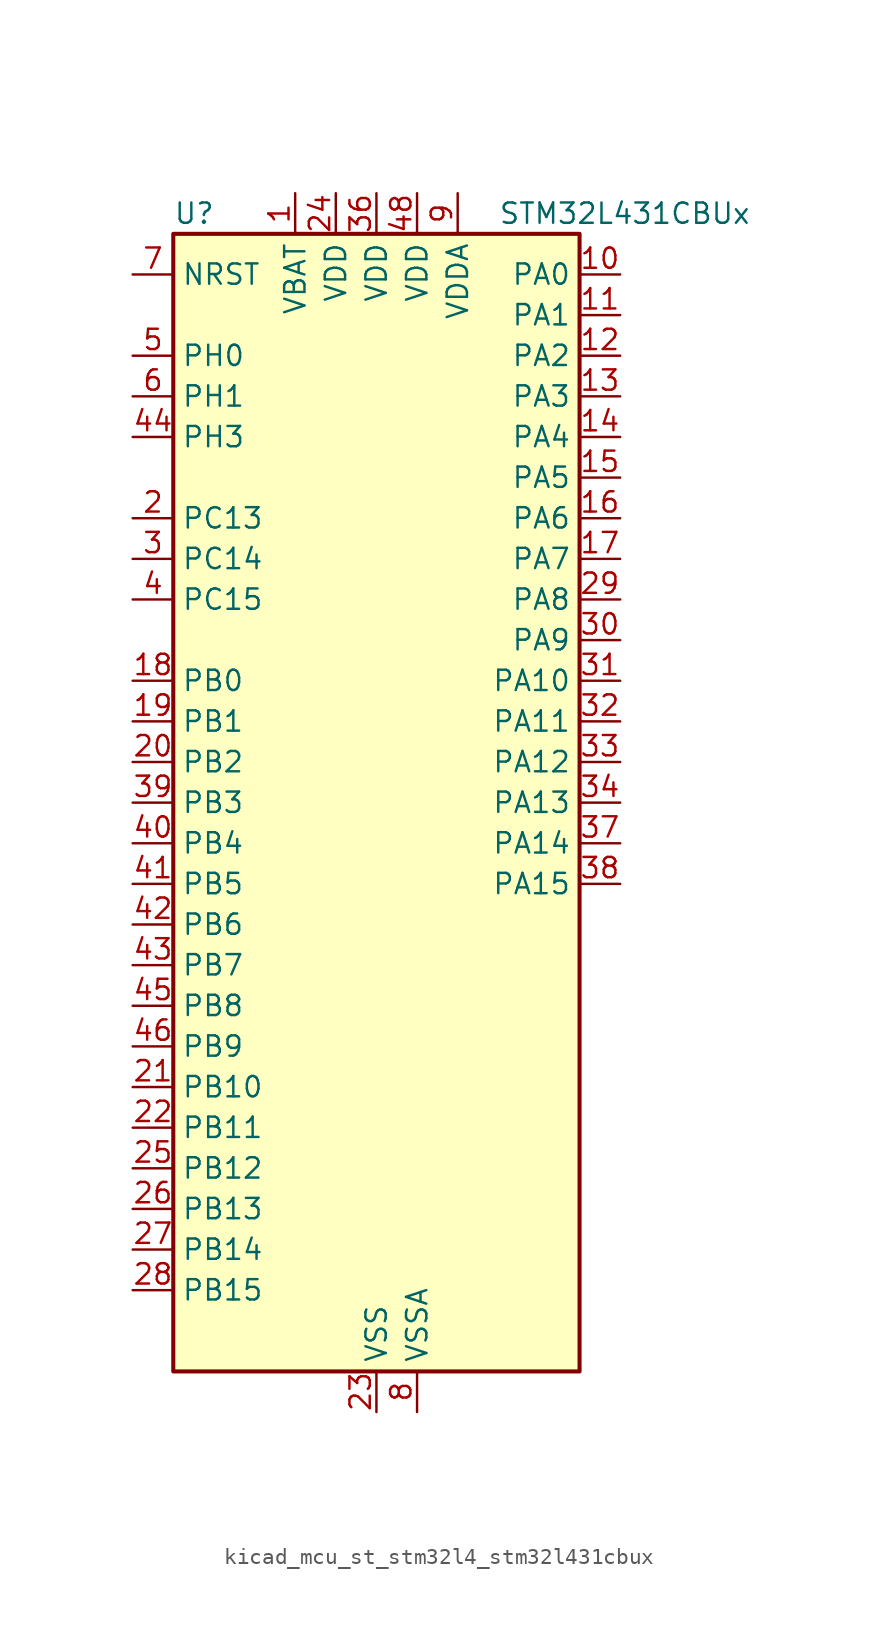
<source format=kicad_sym>
(kicad_symbol_lib
  (version 20220914)
  (generator kicad_symbol_editor)
  (symbol "kicad_mcu_st_stm32l4_stm32l431cbux"
    (property "Reference" "U"
      (at -12.7 36.83 0)
      (effects (font (size 1.27 1.27)) (justify left)))
    (property "Value" "STM32L431CBUx"
      (at 7.62 36.83 0)
      (effects (font (size 1.27 1.27)) (justify left)))
    (property "ki_locked" ""
      (at 0 0 0)
      (effects (font (size 1.27 1.27))))
    (symbol "kicad_mcu_st_stm32l4_stm32l431cbux_0_1"
      (rectangle (start -12.7 -35.56) (end 12.7 35.56) (stroke (width 0.254) (type default)) (fill (type background))))
    (symbol "kicad_mcu_st_stm32l4_stm32l431cbux_1_1"
      (pin power_in line (at -5.08 38.1 270) (length 2.54) (name "VBAT" (effects (font (size 1.27 1.27)))) (number "1" (effects (font (size 1.27 1.27)))))
      (pin bidirectional line (at 15.24 33.02 180) (length 2.54) (name "PA0" (effects (font (size 1.27 1.27)))) (number "10" (effects (font (size 1.27 1.27)))) (alternate "ADC1_IN5" bidirectional line) (alternate "COMP1_INM" bidirectional line) (alternate "COMP1_OUT" bidirectional line) (alternate "OPAMP1_VINP" bidirectional line) (alternate "RTC_TAMP2" bidirectional line) (alternate "SAI1_EXTCLK" bidirectional line) (alternate "SYS_WKUP1" bidirectional line) (alternate "TIM2_CH1" bidirectional line) (alternate "TIM2_ETR" bidirectional line) (alternate "USART2_CTS" bidirectional line))
      (pin bidirectional line (at 15.24 30.48 180) (length 2.54) (name "PA1" (effects (font (size 1.27 1.27)))) (number "11" (effects (font (size 1.27 1.27)))) (alternate "ADC1_IN6" bidirectional line) (alternate "COMP1_INP" bidirectional line) (alternate "I2C1_SMBA" bidirectional line) (alternate "OPAMP1_VINM" bidirectional line) (alternate "SPI1_SCK" bidirectional line) (alternate "TIM15_CH1N" bidirectional line) (alternate "TIM2_CH2" bidirectional line) (alternate "USART2_DE" bidirectional line) (alternate "USART2_RTS" bidirectional line))
      (pin bidirectional line (at 15.24 27.94 180) (length 2.54) (name "PA2" (effects (font (size 1.27 1.27)))) (number "12" (effects (font (size 1.27 1.27)))) (alternate "ADC1_IN7" bidirectional line) (alternate "COMP2_INM" bidirectional line) (alternate "COMP2_OUT" bidirectional line) (alternate "LPUART1_TX" bidirectional line) (alternate "QUADSPI_BK1_NCS" bidirectional line) (alternate "RCC_LSCO" bidirectional line) (alternate "SYS_WKUP4" bidirectional line) (alternate "TIM15_CH1" bidirectional line) (alternate "TIM2_CH3" bidirectional line) (alternate "USART2_TX" bidirectional line))
      (pin bidirectional line (at 15.24 25.4 180) (length 2.54) (name "PA3" (effects (font (size 1.27 1.27)))) (number "13" (effects (font (size 1.27 1.27)))) (alternate "ADC1_IN8" bidirectional line) (alternate "COMP2_INP" bidirectional line) (alternate "LPUART1_RX" bidirectional line) (alternate "OPAMP1_VOUT" bidirectional line) (alternate "QUADSPI_CLK" bidirectional line) (alternate "SAI1_MCLK_A" bidirectional line) (alternate "TIM15_CH2" bidirectional line) (alternate "TIM2_CH4" bidirectional line) (alternate "USART2_RX" bidirectional line))
      (pin bidirectional line (at 15.24 22.86 180) (length 2.54) (name "PA4" (effects (font (size 1.27 1.27)))) (number "14" (effects (font (size 1.27 1.27)))) (alternate "ADC1_IN9" bidirectional line) (alternate "COMP1_INM" bidirectional line) (alternate "COMP2_INM" bidirectional line) (alternate "DAC1_OUT1" bidirectional line) (alternate "LPTIM2_OUT" bidirectional line) (alternate "SAI1_FS_B" bidirectional line) (alternate "SPI1_NSS" bidirectional line) (alternate "SPI3_NSS" bidirectional line) (alternate "USART2_CK" bidirectional line))
      (pin bidirectional line (at 15.24 20.32 180) (length 2.54) (name "PA5" (effects (font (size 1.27 1.27)))) (number "15" (effects (font (size 1.27 1.27)))) (alternate "ADC1_IN10" bidirectional line) (alternate "COMP1_INM" bidirectional line) (alternate "COMP2_INM" bidirectional line) (alternate "DAC1_OUT2" bidirectional line) (alternate "LPTIM2_ETR" bidirectional line) (alternate "SPI1_SCK" bidirectional line) (alternate "TIM2_CH1" bidirectional line) (alternate "TIM2_ETR" bidirectional line))
      (pin bidirectional line (at 15.24 17.78 180) (length 2.54) (name "PA6" (effects (font (size 1.27 1.27)))) (number "16" (effects (font (size 1.27 1.27)))) (alternate "ADC1_IN11" bidirectional line) (alternate "COMP1_OUT" bidirectional line) (alternate "LPUART1_CTS" bidirectional line) (alternate "QUADSPI_BK1_IO3" bidirectional line) (alternate "SPI1_MISO" bidirectional line) (alternate "TIM16_CH1" bidirectional line) (alternate "TIM1_BKIN" bidirectional line) (alternate "TIM1_BKIN_COMP2" bidirectional line) (alternate "USART3_CTS" bidirectional line))
      (pin bidirectional line (at 15.24 15.24 180) (length 2.54) (name "PA7" (effects (font (size 1.27 1.27)))) (number "17" (effects (font (size 1.27 1.27)))) (alternate "ADC1_IN12" bidirectional line) (alternate "COMP2_OUT" bidirectional line) (alternate "I2C3_SCL" bidirectional line) (alternate "QUADSPI_BK1_IO2" bidirectional line) (alternate "SPI1_MOSI" bidirectional line) (alternate "TIM1_CH1N" bidirectional line))
      (pin bidirectional line (at -15.24 7.62 0) (length 2.54) (name "PB0" (effects (font (size 1.27 1.27)))) (number "18" (effects (font (size 1.27 1.27)))) (alternate "ADC1_IN15" bidirectional line) (alternate "COMP1_OUT" bidirectional line) (alternate "QUADSPI_BK1_IO1" bidirectional line) (alternate "SAI1_EXTCLK" bidirectional line) (alternate "SPI1_NSS" bidirectional line) (alternate "TIM1_CH2N" bidirectional line) (alternate "USART3_CK" bidirectional line))
      (pin bidirectional line (at -15.24 5.08 0) (length 2.54) (name "PB1" (effects (font (size 1.27 1.27)))) (number "19" (effects (font (size 1.27 1.27)))) (alternate "ADC1_IN16" bidirectional line) (alternate "COMP1_INM" bidirectional line) (alternate "LPTIM2_IN1" bidirectional line) (alternate "LPUART1_DE" bidirectional line) (alternate "LPUART1_RTS" bidirectional line) (alternate "QUADSPI_BK1_IO0" bidirectional line) (alternate "TIM1_CH3N" bidirectional line) (alternate "USART3_DE" bidirectional line) (alternate "USART3_RTS" bidirectional line))
      (pin bidirectional line (at -15.24 17.78 0) (length 2.54) (name "PC13" (effects (font (size 1.27 1.27)))) (number "2" (effects (font (size 1.27 1.27)))) (alternate "RTC_OUT_ALARM" bidirectional line) (alternate "RTC_OUT_CALIB" bidirectional line) (alternate "RTC_TAMP1" bidirectional line) (alternate "RTC_TS" bidirectional line) (alternate "SYS_WKUP2" bidirectional line))
      (pin bidirectional line (at -15.24 2.54 0) (length 2.54) (name "PB2" (effects (font (size 1.27 1.27)))) (number "20" (effects (font (size 1.27 1.27)))) (alternate "COMP1_INP" bidirectional line) (alternate "I2C3_SMBA" bidirectional line) (alternate "LPTIM1_OUT" bidirectional line) (alternate "RTC_OUT_ALARM" bidirectional line) (alternate "RTC_OUT_CALIB" bidirectional line))
      (pin bidirectional line (at -15.24 -17.78 0) (length 2.54) (name "PB10" (effects (font (size 1.27 1.27)))) (number "21" (effects (font (size 1.27 1.27)))) (alternate "COMP1_OUT" bidirectional line) (alternate "I2C2_SCL" bidirectional line) (alternate "LPUART1_RX" bidirectional line) (alternate "QUADSPI_CLK" bidirectional line) (alternate "SAI1_SCK_A" bidirectional line) (alternate "SPI2_SCK" bidirectional line) (alternate "TIM2_CH3" bidirectional line) (alternate "TSC_SYNC" bidirectional line) (alternate "USART3_TX" bidirectional line))
      (pin bidirectional line (at -15.24 -20.32 0) (length 2.54) (name "PB11" (effects (font (size 1.27 1.27)))) (number "22" (effects (font (size 1.27 1.27)))) (alternate "ADC1_EXTI11" bidirectional line) (alternate "COMP2_OUT" bidirectional line) (alternate "I2C2_SDA" bidirectional line) (alternate "LPUART1_TX" bidirectional line) (alternate "QUADSPI_BK1_NCS" bidirectional line) (alternate "TIM2_CH4" bidirectional line) (alternate "USART3_RX" bidirectional line))
      (pin power_in line (at 0 -38.1 90) (length 2.54) (name "VSS" (effects (font (size 1.27 1.27)))) (number "23" (effects (font (size 1.27 1.27)))))
      (pin power_in line (at -2.54 38.1 270) (length 2.54) (name "VDD" (effects (font (size 1.27 1.27)))) (number "24" (effects (font (size 1.27 1.27)))))
      (pin bidirectional line (at -15.24 -22.86 0) (length 2.54) (name "PB12" (effects (font (size 1.27 1.27)))) (number "25" (effects (font (size 1.27 1.27)))) (alternate "I2C2_SMBA" bidirectional line) (alternate "LPUART1_DE" bidirectional line) (alternate "LPUART1_RTS" bidirectional line) (alternate "SAI1_FS_A" bidirectional line) (alternate "SPI2_NSS" bidirectional line) (alternate "SWPMI1_IO" bidirectional line) (alternate "TIM15_BKIN" bidirectional line) (alternate "TIM1_BKIN" bidirectional line) (alternate "TIM1_BKIN_COMP2" bidirectional line) (alternate "TSC_G1_IO1" bidirectional line) (alternate "USART3_CK" bidirectional line))
      (pin bidirectional line (at -15.24 -25.4 0) (length 2.54) (name "PB13" (effects (font (size 1.27 1.27)))) (number "26" (effects (font (size 1.27 1.27)))) (alternate "I2C2_SCL" bidirectional line) (alternate "LPUART1_CTS" bidirectional line) (alternate "SAI1_SCK_A" bidirectional line) (alternate "SPI2_SCK" bidirectional line) (alternate "SWPMI1_TX" bidirectional line) (alternate "TIM15_CH1N" bidirectional line) (alternate "TIM1_CH1N" bidirectional line) (alternate "TSC_G1_IO2" bidirectional line) (alternate "USART3_CTS" bidirectional line))
      (pin bidirectional line (at -15.24 -27.94 0) (length 2.54) (name "PB14" (effects (font (size 1.27 1.27)))) (number "27" (effects (font (size 1.27 1.27)))) (alternate "I2C2_SDA" bidirectional line) (alternate "SAI1_MCLK_A" bidirectional line) (alternate "SPI2_MISO" bidirectional line) (alternate "SWPMI1_RX" bidirectional line) (alternate "TIM15_CH1" bidirectional line) (alternate "TIM1_CH2N" bidirectional line) (alternate "TSC_G1_IO3" bidirectional line) (alternate "USART3_DE" bidirectional line) (alternate "USART3_RTS" bidirectional line))
      (pin bidirectional line (at -15.24 -30.48 0) (length 2.54) (name "PB15" (effects (font (size 1.27 1.27)))) (number "28" (effects (font (size 1.27 1.27)))) (alternate "ADC1_EXTI15" bidirectional line) (alternate "RTC_REFIN" bidirectional line) (alternate "SAI1_SD_A" bidirectional line) (alternate "SPI2_MOSI" bidirectional line) (alternate "SWPMI1_SUSPEND" bidirectional line) (alternate "TIM15_CH2" bidirectional line) (alternate "TIM1_CH3N" bidirectional line) (alternate "TSC_G1_IO4" bidirectional line))
      (pin bidirectional line (at 15.24 12.7 180) (length 2.54) (name "PA8" (effects (font (size 1.27 1.27)))) (number "29" (effects (font (size 1.27 1.27)))) (alternate "LPTIM2_OUT" bidirectional line) (alternate "RCC_MCO" bidirectional line) (alternate "SAI1_SCK_A" bidirectional line) (alternate "SWPMI1_IO" bidirectional line) (alternate "TIM1_CH1" bidirectional line) (alternate "USART1_CK" bidirectional line))
      (pin bidirectional line (at -15.24 15.24 0) (length 2.54) (name "PC14" (effects (font (size 1.27 1.27)))) (number "3" (effects (font (size 1.27 1.27)))) (alternate "RCC_OSC32_IN" bidirectional line))
      (pin bidirectional line (at 15.24 10.16 180) (length 2.54) (name "PA9" (effects (font (size 1.27 1.27)))) (number "30" (effects (font (size 1.27 1.27)))) (alternate "DAC1_EXTI9" bidirectional line) (alternate "I2C1_SCL" bidirectional line) (alternate "SAI1_FS_A" bidirectional line) (alternate "TIM15_BKIN" bidirectional line) (alternate "TIM1_CH2" bidirectional line) (alternate "USART1_TX" bidirectional line))
      (pin bidirectional line (at 15.24 7.62 180) (length 2.54) (name "PA10" (effects (font (size 1.27 1.27)))) (number "31" (effects (font (size 1.27 1.27)))) (alternate "I2C1_SDA" bidirectional line) (alternate "SAI1_SD_A" bidirectional line) (alternate "TIM1_CH3" bidirectional line) (alternate "USART1_RX" bidirectional line))
      (pin bidirectional line (at 15.24 5.08 180) (length 2.54) (name "PA11" (effects (font (size 1.27 1.27)))) (number "32" (effects (font (size 1.27 1.27)))) (alternate "ADC1_EXTI11" bidirectional line) (alternate "CAN1_RX" bidirectional line) (alternate "COMP1_OUT" bidirectional line) (alternate "SPI1_MISO" bidirectional line) (alternate "TIM1_BKIN2" bidirectional line) (alternate "TIM1_BKIN2_COMP1" bidirectional line) (alternate "TIM1_CH4" bidirectional line) (alternate "USART1_CTS" bidirectional line))
      (pin bidirectional line (at 15.24 2.54 180) (length 2.54) (name "PA12" (effects (font (size 1.27 1.27)))) (number "33" (effects (font (size 1.27 1.27)))) (alternate "CAN1_TX" bidirectional line) (alternate "SPI1_MOSI" bidirectional line) (alternate "TIM1_ETR" bidirectional line) (alternate "USART1_DE" bidirectional line) (alternate "USART1_RTS" bidirectional line))
      (pin bidirectional line (at 15.24 0 180) (length 2.54) (name "PA13" (effects (font (size 1.27 1.27)))) (number "34" (effects (font (size 1.27 1.27)))) (alternate "IR_OUT" bidirectional line) (alternate "SAI1_SD_B" bidirectional line) (alternate "SWPMI1_TX" bidirectional line) (alternate "SYS_JTMS-SWDIO" bidirectional line))
      (pin passive line (at 0 -38.1 90) (length 2.54) hide (name "VSS" (effects (font (size 1.27 1.27)))) (number "35" (effects (font (size 1.27 1.27)))))
      (pin power_in line (at 0 38.1 270) (length 2.54) (name "VDD" (effects (font (size 1.27 1.27)))) (number "36" (effects (font (size 1.27 1.27)))))
      (pin bidirectional line (at 15.24 -2.54 180) (length 2.54) (name "PA14" (effects (font (size 1.27 1.27)))) (number "37" (effects (font (size 1.27 1.27)))) (alternate "I2C1_SMBA" bidirectional line) (alternate "LPTIM1_OUT" bidirectional line) (alternate "SAI1_FS_B" bidirectional line) (alternate "SWPMI1_RX" bidirectional line) (alternate "SYS_JTCK-SWCLK" bidirectional line))
      (pin bidirectional line (at 15.24 -5.08 180) (length 2.54) (name "PA15" (effects (font (size 1.27 1.27)))) (number "38" (effects (font (size 1.27 1.27)))) (alternate "ADC1_EXTI15" bidirectional line) (alternate "SPI1_NSS" bidirectional line) (alternate "SPI3_NSS" bidirectional line) (alternate "SWPMI1_SUSPEND" bidirectional line) (alternate "SYS_JTDI" bidirectional line) (alternate "TIM2_CH1" bidirectional line) (alternate "TIM2_ETR" bidirectional line) (alternate "USART2_RX" bidirectional line) (alternate "USART3_DE" bidirectional line) (alternate "USART3_RTS" bidirectional line))
      (pin bidirectional line (at -15.24 0 0) (length 2.54) (name "PB3" (effects (font (size 1.27 1.27)))) (number "39" (effects (font (size 1.27 1.27)))) (alternate "COMP2_INM" bidirectional line) (alternate "SAI1_SCK_B" bidirectional line) (alternate "SPI1_SCK" bidirectional line) (alternate "SPI3_SCK" bidirectional line) (alternate "SYS_JTDO-SWO" bidirectional line) (alternate "TIM2_CH2" bidirectional line) (alternate "USART1_DE" bidirectional line) (alternate "USART1_RTS" bidirectional line))
      (pin bidirectional line (at -15.24 12.7 0) (length 2.54) (name "PC15" (effects (font (size 1.27 1.27)))) (number "4" (effects (font (size 1.27 1.27)))) (alternate "ADC1_EXTI15" bidirectional line) (alternate "RCC_OSC32_OUT" bidirectional line))
      (pin bidirectional line (at -15.24 -2.54 0) (length 2.54) (name "PB4" (effects (font (size 1.27 1.27)))) (number "40" (effects (font (size 1.27 1.27)))) (alternate "COMP2_INP" bidirectional line) (alternate "I2C3_SDA" bidirectional line) (alternate "SAI1_MCLK_B" bidirectional line) (alternate "SPI1_MISO" bidirectional line) (alternate "SPI3_MISO" bidirectional line) (alternate "SYS_JTRST" bidirectional line) (alternate "TSC_G2_IO1" bidirectional line) (alternate "USART1_CTS" bidirectional line))
      (pin bidirectional line (at -15.24 -5.08 0) (length 2.54) (name "PB5" (effects (font (size 1.27 1.27)))) (number "41" (effects (font (size 1.27 1.27)))) (alternate "COMP2_OUT" bidirectional line) (alternate "I2C1_SMBA" bidirectional line) (alternate "LPTIM1_IN1" bidirectional line) (alternate "SAI1_SD_B" bidirectional line) (alternate "SPI1_MOSI" bidirectional line) (alternate "SPI3_MOSI" bidirectional line) (alternate "TIM16_BKIN" bidirectional line) (alternate "TSC_G2_IO2" bidirectional line) (alternate "USART1_CK" bidirectional line))
      (pin bidirectional line (at -15.24 -7.62 0) (length 2.54) (name "PB6" (effects (font (size 1.27 1.27)))) (number "42" (effects (font (size 1.27 1.27)))) (alternate "COMP2_INP" bidirectional line) (alternate "I2C1_SCL" bidirectional line) (alternate "LPTIM1_ETR" bidirectional line) (alternate "SAI1_FS_B" bidirectional line) (alternate "TIM16_CH1N" bidirectional line) (alternate "TSC_G2_IO3" bidirectional line) (alternate "USART1_TX" bidirectional line))
      (pin bidirectional line (at -15.24 -10.16 0) (length 2.54) (name "PB7" (effects (font (size 1.27 1.27)))) (number "43" (effects (font (size 1.27 1.27)))) (alternate "COMP2_INM" bidirectional line) (alternate "I2C1_SDA" bidirectional line) (alternate "LPTIM1_IN2" bidirectional line) (alternate "SYS_PVD_IN" bidirectional line) (alternate "TSC_G2_IO4" bidirectional line) (alternate "USART1_RX" bidirectional line))
      (pin bidirectional line (at -15.24 22.86 0) (length 2.54) (name "PH3" (effects (font (size 1.27 1.27)))) (number "44" (effects (font (size 1.27 1.27)))))
      (pin bidirectional line (at -15.24 -12.7 0) (length 2.54) (name "PB8" (effects (font (size 1.27 1.27)))) (number "45" (effects (font (size 1.27 1.27)))) (alternate "CAN1_RX" bidirectional line) (alternate "I2C1_SCL" bidirectional line) (alternate "SAI1_MCLK_A" bidirectional line) (alternate "TIM16_CH1" bidirectional line))
      (pin bidirectional line (at -15.24 -15.24 0) (length 2.54) (name "PB9" (effects (font (size 1.27 1.27)))) (number "46" (effects (font (size 1.27 1.27)))) (alternate "CAN1_TX" bidirectional line) (alternate "DAC1_EXTI9" bidirectional line) (alternate "I2C1_SDA" bidirectional line) (alternate "IR_OUT" bidirectional line) (alternate "SAI1_FS_A" bidirectional line) (alternate "SPI2_NSS" bidirectional line))
      (pin passive line (at 0 -38.1 90) (length 2.54) hide (name "VSS" (effects (font (size 1.27 1.27)))) (number "47" (effects (font (size 1.27 1.27)))))
      (pin power_in line (at 2.54 38.1 270) (length 2.54) (name "VDD" (effects (font (size 1.27 1.27)))) (number "48" (effects (font (size 1.27 1.27)))))
      (pin passive line (at 0 -38.1 90) (length 2.54) hide (name "VSS" (effects (font (size 1.27 1.27)))) (number "49" (effects (font (size 1.27 1.27)))))
      (pin bidirectional line (at -15.24 27.94 0) (length 2.54) (name "PH0" (effects (font (size 1.27 1.27)))) (number "5" (effects (font (size 1.27 1.27)))) (alternate "RCC_OSC_IN" bidirectional line))
      (pin bidirectional line (at -15.24 25.4 0) (length 2.54) (name "PH1" (effects (font (size 1.27 1.27)))) (number "6" (effects (font (size 1.27 1.27)))) (alternate "RCC_OSC_OUT" bidirectional line))
      (pin input line (at -15.24 33.02 0) (length 2.54) (name "NRST" (effects (font (size 1.27 1.27)))) (number "7" (effects (font (size 1.27 1.27)))))
      (pin power_in line (at 2.54 -38.1 90) (length 2.54) (name "VSSA" (effects (font (size 1.27 1.27)))) (number "8" (effects (font (size 1.27 1.27)))))
      (pin power_in line (at 5.08 38.1 270) (length 2.54) (name "VDDA" (effects (font (size 1.27 1.27)))) (number "9" (effects (font (size 1.27 1.27))))))))
</source>
